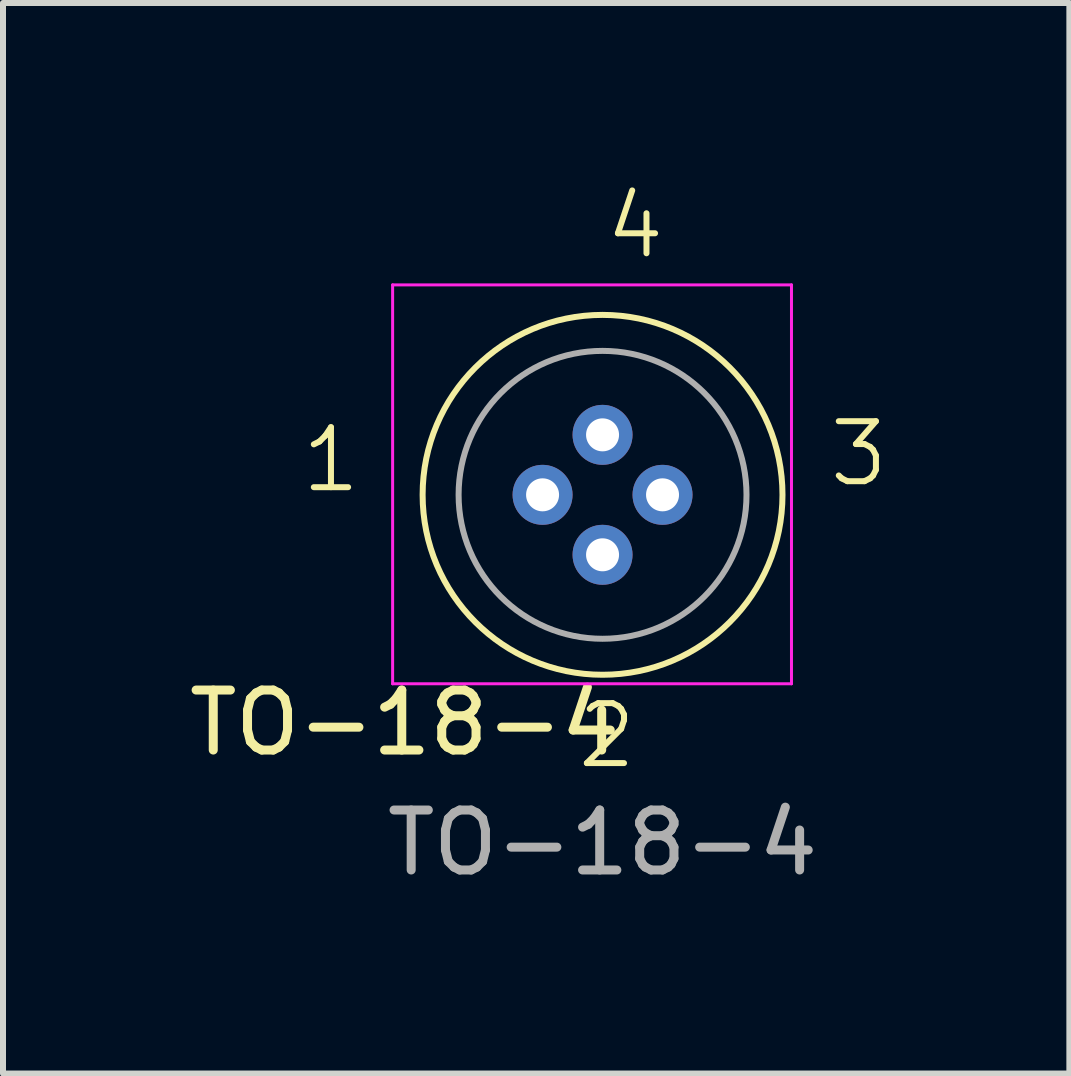
<source format=kicad_pcb>
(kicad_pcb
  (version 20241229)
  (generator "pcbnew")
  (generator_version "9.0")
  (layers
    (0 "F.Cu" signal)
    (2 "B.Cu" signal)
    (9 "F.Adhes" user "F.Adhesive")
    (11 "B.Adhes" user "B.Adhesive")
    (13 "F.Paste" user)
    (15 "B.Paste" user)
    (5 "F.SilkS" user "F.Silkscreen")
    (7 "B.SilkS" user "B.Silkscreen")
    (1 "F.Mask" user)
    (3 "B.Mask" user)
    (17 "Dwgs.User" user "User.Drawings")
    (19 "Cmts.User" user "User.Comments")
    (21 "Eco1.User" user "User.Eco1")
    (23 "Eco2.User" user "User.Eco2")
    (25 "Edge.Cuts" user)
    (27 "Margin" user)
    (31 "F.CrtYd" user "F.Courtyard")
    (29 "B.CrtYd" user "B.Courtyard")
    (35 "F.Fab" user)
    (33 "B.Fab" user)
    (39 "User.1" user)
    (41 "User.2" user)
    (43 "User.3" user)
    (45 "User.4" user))
  (footprint "TO-18-4"
    (layer "F.Cu")
    (at 6.996 5.2)
    (property "Reference" "TO-18-4" (at -3.3 3.8 0) (layer "F.SilkS") (effects (font (size 1 1) (thickness 0.15))))
    (attr through_hole)
    (fp_circle (center 0 0) (end 3 0) (stroke (width 0.1) (type solid)) (fill no) (layer "F.SilkS"))
    (fp_line (start -3.5 -3.5) (end -3.5 3.15) (stroke (width 0.05) (type solid)) (layer "F.CrtYd"))
    (fp_line (start -3.5 3.15) (end 3.15 3.15) (stroke (width 0.05) (type solid)) (layer "F.CrtYd"))
    (fp_line (start 3.15 -3.5) (end -3.5 -3.5) (stroke (width 0.05) (type solid)) (layer "F.CrtYd"))
    (fp_line (start 3.15 3.15) (end 3.15 -3.5) (stroke (width 0.05) (type solid)) (layer "F.CrtYd"))
    (fp_circle (center 0 0) (end 2.4 0) (stroke (width 0.1) (type solid)) (fill no) (layer "F.Fab"))
    (fp_text user "4" (at 0 -3.9 0) (unlocked yes) (layer "F.SilkS") (effects (font (size 1 1) (thickness 0.1)) (justify left bottom)))
    (fp_text user "3" (at 3.73 -0.1 0) (unlocked yes) (layer "F.SilkS") (effects (font (size 1 1) (thickness 0.1)) (justify left bottom)))
    (fp_text user "1" (at -5.07 0 0) (unlocked yes) (layer "F.SilkS") (effects (font (size 1 1) (thickness 0.1)) (justify left bottom)))
    (fp_text user "2" (at -0.47 4.6 0) (unlocked yes) (layer "F.SilkS") (effects (font (size 1 1) (thickness 0.1)) (justify left bottom)))
    (fp_text user "${REFERENCE}" (at 0 5.8 0) (layer "F.Fab") (effects (font (size 1 1) (thickness 0.15))))
    (pad "1" thru_hole circle (at -1 0) (size 1 1) (drill 0.55) (layers "*.Cu" "*.Mask"))
    (pad "2" thru_hole circle (at 0 1) (size 1 1) (drill 0.55) (layers "*.Cu" "*.Mask"))
    (pad "3" thru_hole circle (at 1 0) (size 1 1) (drill 0.55) (layers "*.Cu" "*.Mask"))
    (pad "4" thru_hole circle (at 0 -1) (size 1 1) (drill 0.55) (layers "*.Cu" "*.Mask")))
  (gr_rect
    (start -3 -3)
    (end 14.779 14.848)
    (stroke (width 0.1) (type default))
    (fill no)
    (layer "Edge.Cuts")))
</source>
